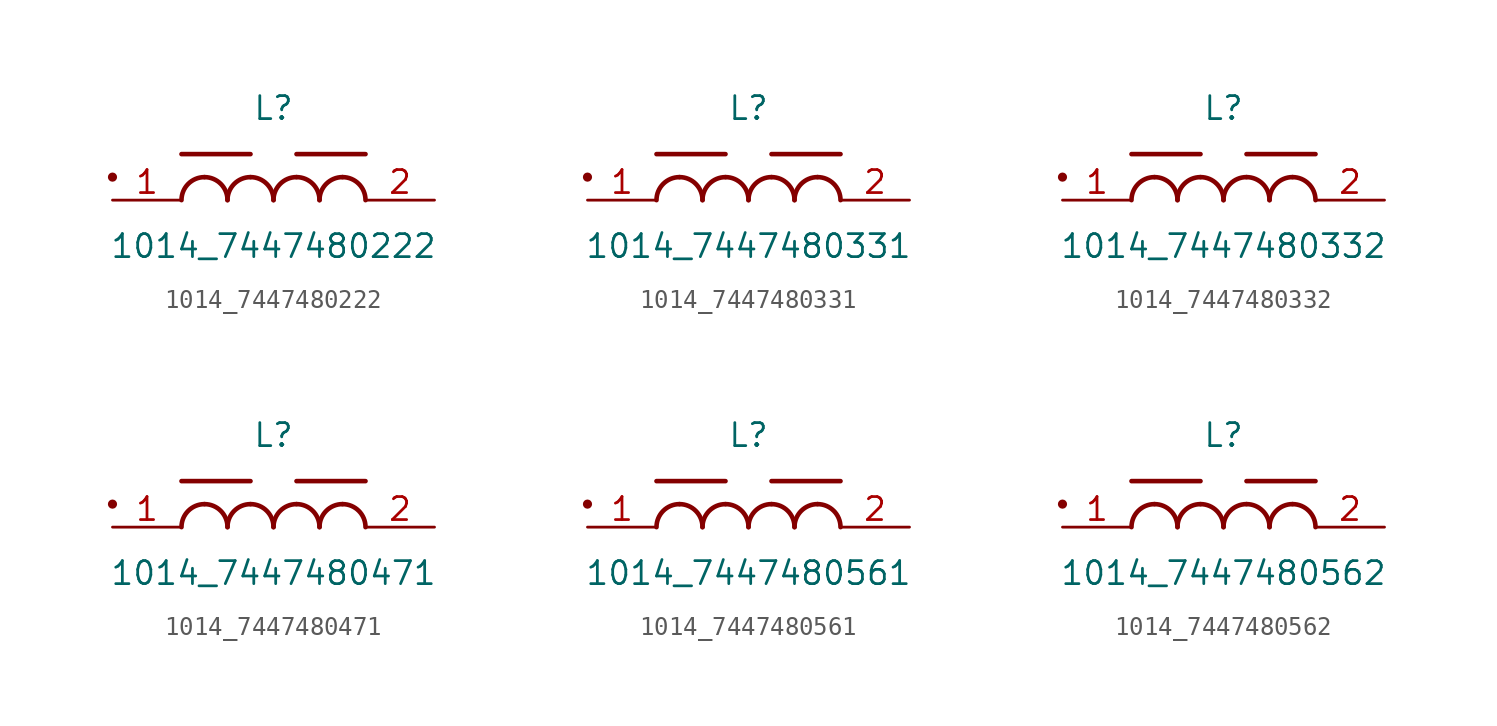
<source format=kicad_sym>
(kicad_symbol_lib
  (version 20211014)
  (generator kicad_symbol_editor)
  (symbol "Inductor_Wurth_WE-TI:1014_7447480222"
    (pin_names hide)
    (property "Reference" "L"
      (at 0 5.08 0)
      (effects (font (size 1.27 1.27))))
    (property "Value" "1014_7447480222"
      (at 0 -2.54 0)
      (effects (font (size 1.27 1.27))))
    (symbol "1014_7447480222_0_1"
      (circle (center -8.89 1.27) (radius 0.0001) (stroke (width 0.254)) (stroke (width 0.254) (type default) (color 0 0 0 0)) (fill (type none)))
      (arc (start -3.81 1.27) (mid -4.708 0.898) (end -5.08 0) (stroke (width 0.254) (type default) (color 0 0 0 0)) (fill (type none)))
      (arc (start -2.54 0) (mid -2.912 0.898) (end -3.81 1.27) (stroke (width 0.254) (type default) (color 0 0 0 0)) (fill (type none)))
      (arc (start -1.2699 1.2701) (mid -2.1679 0.8981) (end -2.5399 0.0001) (stroke (width 0.254) (type default) (color 0 0 0 0)) (fill (type none)))
      (polyline (pts (xy -5.08 2.54) (xy -1.27 2.54)) (stroke (width 0.254) (type default) (color 0 0 0 0)) (fill (type none)))
      (polyline (pts (xy 5.08 2.54) (xy 1.27 2.54)) (stroke (width 0.254) (type default) (color 0 0 0 0)) (fill (type none)))
      (arc (start 0.0001 0.0001) (mid -0.3719 0.8981) (end -1.2699 1.2701) (stroke (width 0.254) (type default) (color 0 0 0 0)) (fill (type none)))
      (arc (start 1.2701 1.2701) (mid 0.3721 0.8981) (end 0.0001 0.0001) (stroke (width 0.254) (type default) (color 0 0 0 0)) (fill (type none)))
      (arc (start 2.5401 0.0001) (mid 2.1681 0.8981) (end 1.2701 1.2701) (stroke (width 0.254) (type default) (color 0 0 0 0)) (fill (type none)))
      (arc (start 3.8101 1.2701) (mid 2.9121 0.8981) (end 2.5401 0.0001) (stroke (width 0.254) (type default) (color 0 0 0 0)) (fill (type none)))
      (arc (start 5.0801 0.0001) (mid 4.7081 0.8981) (end 3.8101 1.2701) (stroke (width 0.254) (type default) (color 0 0 0 0)) (fill (type none))))
    (symbol "1014_7447480222_1_1"
      (pin passive line (at -8.89 0 0) (length 3.81) (name "1" (effects (font (size 1.27 1.27)))) (number "1" (effects (font (size 1.27 1.27)))))
      (pin passive line (at 8.89 0 180) (length 3.81) (name "2" (effects (font (size 1.27 1.27)))) (number "2" (effects (font (size 1.27 1.27)))))))
  (symbol "Inductor_Wurth_WE-TI:1014_7447480331"
    (pin_names hide)
    (property "Reference" "L"
      (at 0 5.08 0)
      (effects (font (size 1.27 1.27))))
    (property "Value" "1014_7447480331"
      (at 0 -2.54 0)
      (effects (font (size 1.27 1.27))))
    (symbol "1014_7447480331_0_1"
      (circle (center -8.89 1.27) (radius 0.0001) (stroke (width 0.254)) (stroke (width 0.254) (type default) (color 0 0 0 0)) (fill (type none)))
      (arc (start -3.81 1.27) (mid -4.708 0.898) (end -5.08 0) (stroke (width 0.254) (type default) (color 0 0 0 0)) (fill (type none)))
      (arc (start -2.54 0) (mid -2.912 0.898) (end -3.81 1.27) (stroke (width 0.254) (type default) (color 0 0 0 0)) (fill (type none)))
      (arc (start -1.2699 1.2701) (mid -2.1679 0.8981) (end -2.5399 0.0001) (stroke (width 0.254) (type default) (color 0 0 0 0)) (fill (type none)))
      (polyline (pts (xy -5.08 2.54) (xy -1.27 2.54)) (stroke (width 0.254) (type default) (color 0 0 0 0)) (fill (type none)))
      (polyline (pts (xy 5.08 2.54) (xy 1.27 2.54)) (stroke (width 0.254) (type default) (color 0 0 0 0)) (fill (type none)))
      (arc (start 0.0001 0.0001) (mid -0.3719 0.8981) (end -1.2699 1.2701) (stroke (width 0.254) (type default) (color 0 0 0 0)) (fill (type none)))
      (arc (start 1.2701 1.2701) (mid 0.3721 0.8981) (end 0.0001 0.0001) (stroke (width 0.254) (type default) (color 0 0 0 0)) (fill (type none)))
      (arc (start 2.5401 0.0001) (mid 2.1681 0.8981) (end 1.2701 1.2701) (stroke (width 0.254) (type default) (color 0 0 0 0)) (fill (type none)))
      (arc (start 3.8101 1.2701) (mid 2.9121 0.8981) (end 2.5401 0.0001) (stroke (width 0.254) (type default) (color 0 0 0 0)) (fill (type none)))
      (arc (start 5.0801 0.0001) (mid 4.7081 0.8981) (end 3.8101 1.2701) (stroke (width 0.254) (type default) (color 0 0 0 0)) (fill (type none))))
    (symbol "1014_7447480331_1_1"
      (pin passive line (at -8.89 0 0) (length 3.81) (name "1" (effects (font (size 1.27 1.27)))) (number "1" (effects (font (size 1.27 1.27)))))
      (pin passive line (at 8.89 0 180) (length 3.81) (name "2" (effects (font (size 1.27 1.27)))) (number "2" (effects (font (size 1.27 1.27)))))))
  (symbol "Inductor_Wurth_WE-TI:1014_7447480332"
    (pin_names hide)
    (property "Reference" "L"
      (at 0 5.08 0)
      (effects (font (size 1.27 1.27))))
    (property "Value" "1014_7447480332"
      (at 0 -2.54 0)
      (effects (font (size 1.27 1.27))))
    (symbol "1014_7447480332_0_1"
      (circle (center -8.89 1.27) (radius 0.0001) (stroke (width 0.254)) (stroke (width 0.254) (type default) (color 0 0 0 0)) (fill (type none)))
      (arc (start -3.81 1.27) (mid -4.708 0.898) (end -5.08 0) (stroke (width 0.254) (type default) (color 0 0 0 0)) (fill (type none)))
      (arc (start -2.54 0) (mid -2.912 0.898) (end -3.81 1.27) (stroke (width 0.254) (type default) (color 0 0 0 0)) (fill (type none)))
      (arc (start -1.2699 1.2701) (mid -2.1679 0.8981) (end -2.5399 0.0001) (stroke (width 0.254) (type default) (color 0 0 0 0)) (fill (type none)))
      (polyline (pts (xy -5.08 2.54) (xy -1.27 2.54)) (stroke (width 0.254) (type default) (color 0 0 0 0)) (fill (type none)))
      (polyline (pts (xy 5.08 2.54) (xy 1.27 2.54)) (stroke (width 0.254) (type default) (color 0 0 0 0)) (fill (type none)))
      (arc (start 0.0001 0.0001) (mid -0.3719 0.8981) (end -1.2699 1.2701) (stroke (width 0.254) (type default) (color 0 0 0 0)) (fill (type none)))
      (arc (start 1.2701 1.2701) (mid 0.3721 0.8981) (end 0.0001 0.0001) (stroke (width 0.254) (type default) (color 0 0 0 0)) (fill (type none)))
      (arc (start 2.5401 0.0001) (mid 2.1681 0.8981) (end 1.2701 1.2701) (stroke (width 0.254) (type default) (color 0 0 0 0)) (fill (type none)))
      (arc (start 3.8101 1.2701) (mid 2.9121 0.8981) (end 2.5401 0.0001) (stroke (width 0.254) (type default) (color 0 0 0 0)) (fill (type none)))
      (arc (start 5.0801 0.0001) (mid 4.7081 0.8981) (end 3.8101 1.2701) (stroke (width 0.254) (type default) (color 0 0 0 0)) (fill (type none))))
    (symbol "1014_7447480332_1_1"
      (pin passive line (at -8.89 0 0) (length 3.81) (name "1" (effects (font (size 1.27 1.27)))) (number "1" (effects (font (size 1.27 1.27)))))
      (pin passive line (at 8.89 0 180) (length 3.81) (name "2" (effects (font (size 1.27 1.27)))) (number "2" (effects (font (size 1.27 1.27)))))))
  (symbol "Inductor_Wurth_WE-TI:1014_7447480471"
    (pin_names hide)
    (property "Reference" "L"
      (at 0 5.08 0)
      (effects (font (size 1.27 1.27))))
    (property "Value" "1014_7447480471"
      (at 0 -2.54 0)
      (effects (font (size 1.27 1.27))))
    (symbol "1014_7447480471_0_1"
      (circle (center -8.89 1.27) (radius 0.0001) (stroke (width 0.254)) (stroke (width 0.254) (type default) (color 0 0 0 0)) (fill (type none)))
      (arc (start -3.81 1.27) (mid -4.708 0.898) (end -5.08 0) (stroke (width 0.254) (type default) (color 0 0 0 0)) (fill (type none)))
      (arc (start -2.54 0) (mid -2.912 0.898) (end -3.81 1.27) (stroke (width 0.254) (type default) (color 0 0 0 0)) (fill (type none)))
      (arc (start -1.2699 1.2701) (mid -2.1679 0.8981) (end -2.5399 0.0001) (stroke (width 0.254) (type default) (color 0 0 0 0)) (fill (type none)))
      (polyline (pts (xy -5.08 2.54) (xy -1.27 2.54)) (stroke (width 0.254) (type default) (color 0 0 0 0)) (fill (type none)))
      (polyline (pts (xy 5.08 2.54) (xy 1.27 2.54)) (stroke (width 0.254) (type default) (color 0 0 0 0)) (fill (type none)))
      (arc (start 0.0001 0.0001) (mid -0.3719 0.8981) (end -1.2699 1.2701) (stroke (width 0.254) (type default) (color 0 0 0 0)) (fill (type none)))
      (arc (start 1.2701 1.2701) (mid 0.3721 0.8981) (end 0.0001 0.0001) (stroke (width 0.254) (type default) (color 0 0 0 0)) (fill (type none)))
      (arc (start 2.5401 0.0001) (mid 2.1681 0.8981) (end 1.2701 1.2701) (stroke (width 0.254) (type default) (color 0 0 0 0)) (fill (type none)))
      (arc (start 3.8101 1.2701) (mid 2.9121 0.8981) (end 2.5401 0.0001) (stroke (width 0.254) (type default) (color 0 0 0 0)) (fill (type none)))
      (arc (start 5.0801 0.0001) (mid 4.7081 0.8981) (end 3.8101 1.2701) (stroke (width 0.254) (type default) (color 0 0 0 0)) (fill (type none))))
    (symbol "1014_7447480471_1_1"
      (pin passive line (at -8.89 0 0) (length 3.81) (name "1" (effects (font (size 1.27 1.27)))) (number "1" (effects (font (size 1.27 1.27)))))
      (pin passive line (at 8.89 0 180) (length 3.81) (name "2" (effects (font (size 1.27 1.27)))) (number "2" (effects (font (size 1.27 1.27)))))))
  (symbol "Inductor_Wurth_WE-TI:1014_7447480561"
    (pin_names hide)
    (property "Reference" "L"
      (at 0 5.08 0)
      (effects (font (size 1.27 1.27))))
    (property "Value" "1014_7447480561"
      (at 0 -2.54 0)
      (effects (font (size 1.27 1.27))))
    (symbol "1014_7447480561_0_1"
      (circle (center -8.89 1.27) (radius 0.0001) (stroke (width 0.254)) (stroke (width 0.254) (type default) (color 0 0 0 0)) (fill (type none)))
      (arc (start -3.81 1.27) (mid -4.708 0.898) (end -5.08 0) (stroke (width 0.254) (type default) (color 0 0 0 0)) (fill (type none)))
      (arc (start -2.54 0) (mid -2.912 0.898) (end -3.81 1.27) (stroke (width 0.254) (type default) (color 0 0 0 0)) (fill (type none)))
      (arc (start -1.2699 1.2701) (mid -2.1679 0.8981) (end -2.5399 0.0001) (stroke (width 0.254) (type default) (color 0 0 0 0)) (fill (type none)))
      (polyline (pts (xy -5.08 2.54) (xy -1.27 2.54)) (stroke (width 0.254) (type default) (color 0 0 0 0)) (fill (type none)))
      (polyline (pts (xy 5.08 2.54) (xy 1.27 2.54)) (stroke (width 0.254) (type default) (color 0 0 0 0)) (fill (type none)))
      (arc (start 0.0001 0.0001) (mid -0.3719 0.8981) (end -1.2699 1.2701) (stroke (width 0.254) (type default) (color 0 0 0 0)) (fill (type none)))
      (arc (start 1.2701 1.2701) (mid 0.3721 0.8981) (end 0.0001 0.0001) (stroke (width 0.254) (type default) (color 0 0 0 0)) (fill (type none)))
      (arc (start 2.5401 0.0001) (mid 2.1681 0.8981) (end 1.2701 1.2701) (stroke (width 0.254) (type default) (color 0 0 0 0)) (fill (type none)))
      (arc (start 3.8101 1.2701) (mid 2.9121 0.8981) (end 2.5401 0.0001) (stroke (width 0.254) (type default) (color 0 0 0 0)) (fill (type none)))
      (arc (start 5.0801 0.0001) (mid 4.7081 0.8981) (end 3.8101 1.2701) (stroke (width 0.254) (type default) (color 0 0 0 0)) (fill (type none))))
    (symbol "1014_7447480561_1_1"
      (pin passive line (at -8.89 0 0) (length 3.81) (name "1" (effects (font (size 1.27 1.27)))) (number "1" (effects (font (size 1.27 1.27)))))
      (pin passive line (at 8.89 0 180) (length 3.81) (name "2" (effects (font (size 1.27 1.27)))) (number "2" (effects (font (size 1.27 1.27)))))))
  (symbol "Inductor_Wurth_WE-TI:1014_7447480562"
    (pin_names hide)
    (property "Reference" "L"
      (at 0 5.08 0)
      (effects (font (size 1.27 1.27))))
    (property "Value" "1014_7447480562"
      (at 0 -2.54 0)
      (effects (font (size 1.27 1.27))))
    (symbol "1014_7447480562_0_1"
      (circle (center -8.89 1.27) (radius 0.0001) (stroke (width 0.254)) (stroke (width 0.254) (type default) (color 0 0 0 0)) (fill (type none)))
      (arc (start -3.81 1.27) (mid -4.708 0.898) (end -5.08 0) (stroke (width 0.254) (type default) (color 0 0 0 0)) (fill (type none)))
      (arc (start -2.54 0) (mid -2.912 0.898) (end -3.81 1.27) (stroke (width 0.254) (type default) (color 0 0 0 0)) (fill (type none)))
      (arc (start -1.2699 1.2701) (mid -2.1679 0.8981) (end -2.5399 0.0001) (stroke (width 0.254) (type default) (color 0 0 0 0)) (fill (type none)))
      (polyline (pts (xy -5.08 2.54) (xy -1.27 2.54)) (stroke (width 0.254) (type default) (color 0 0 0 0)) (fill (type none)))
      (polyline (pts (xy 5.08 2.54) (xy 1.27 2.54)) (stroke (width 0.254) (type default) (color 0 0 0 0)) (fill (type none)))
      (arc (start 0.0001 0.0001) (mid -0.3719 0.8981) (end -1.2699 1.2701) (stroke (width 0.254) (type default) (color 0 0 0 0)) (fill (type none)))
      (arc (start 1.2701 1.2701) (mid 0.3721 0.8981) (end 0.0001 0.0001) (stroke (width 0.254) (type default) (color 0 0 0 0)) (fill (type none)))
      (arc (start 2.5401 0.0001) (mid 2.1681 0.8981) (end 1.2701 1.2701) (stroke (width 0.254) (type default) (color 0 0 0 0)) (fill (type none)))
      (arc (start 3.8101 1.2701) (mid 2.9121 0.8981) (end 2.5401 0.0001) (stroke (width 0.254) (type default) (color 0 0 0 0)) (fill (type none)))
      (arc (start 5.0801 0.0001) (mid 4.7081 0.8981) (end 3.8101 1.2701) (stroke (width 0.254) (type default) (color 0 0 0 0)) (fill (type none))))
    (symbol "1014_7447480562_1_1"
      (pin passive line (at -8.89 0 0) (length 3.81) (name "1" (effects (font (size 1.27 1.27)))) (number "1" (effects (font (size 1.27 1.27)))))
      (pin passive line (at 8.89 0 180) (length 3.81) (name "2" (effects (font (size 1.27 1.27)))) (number "2" (effects (font (size 1.27 1.27))))))))
</source>
